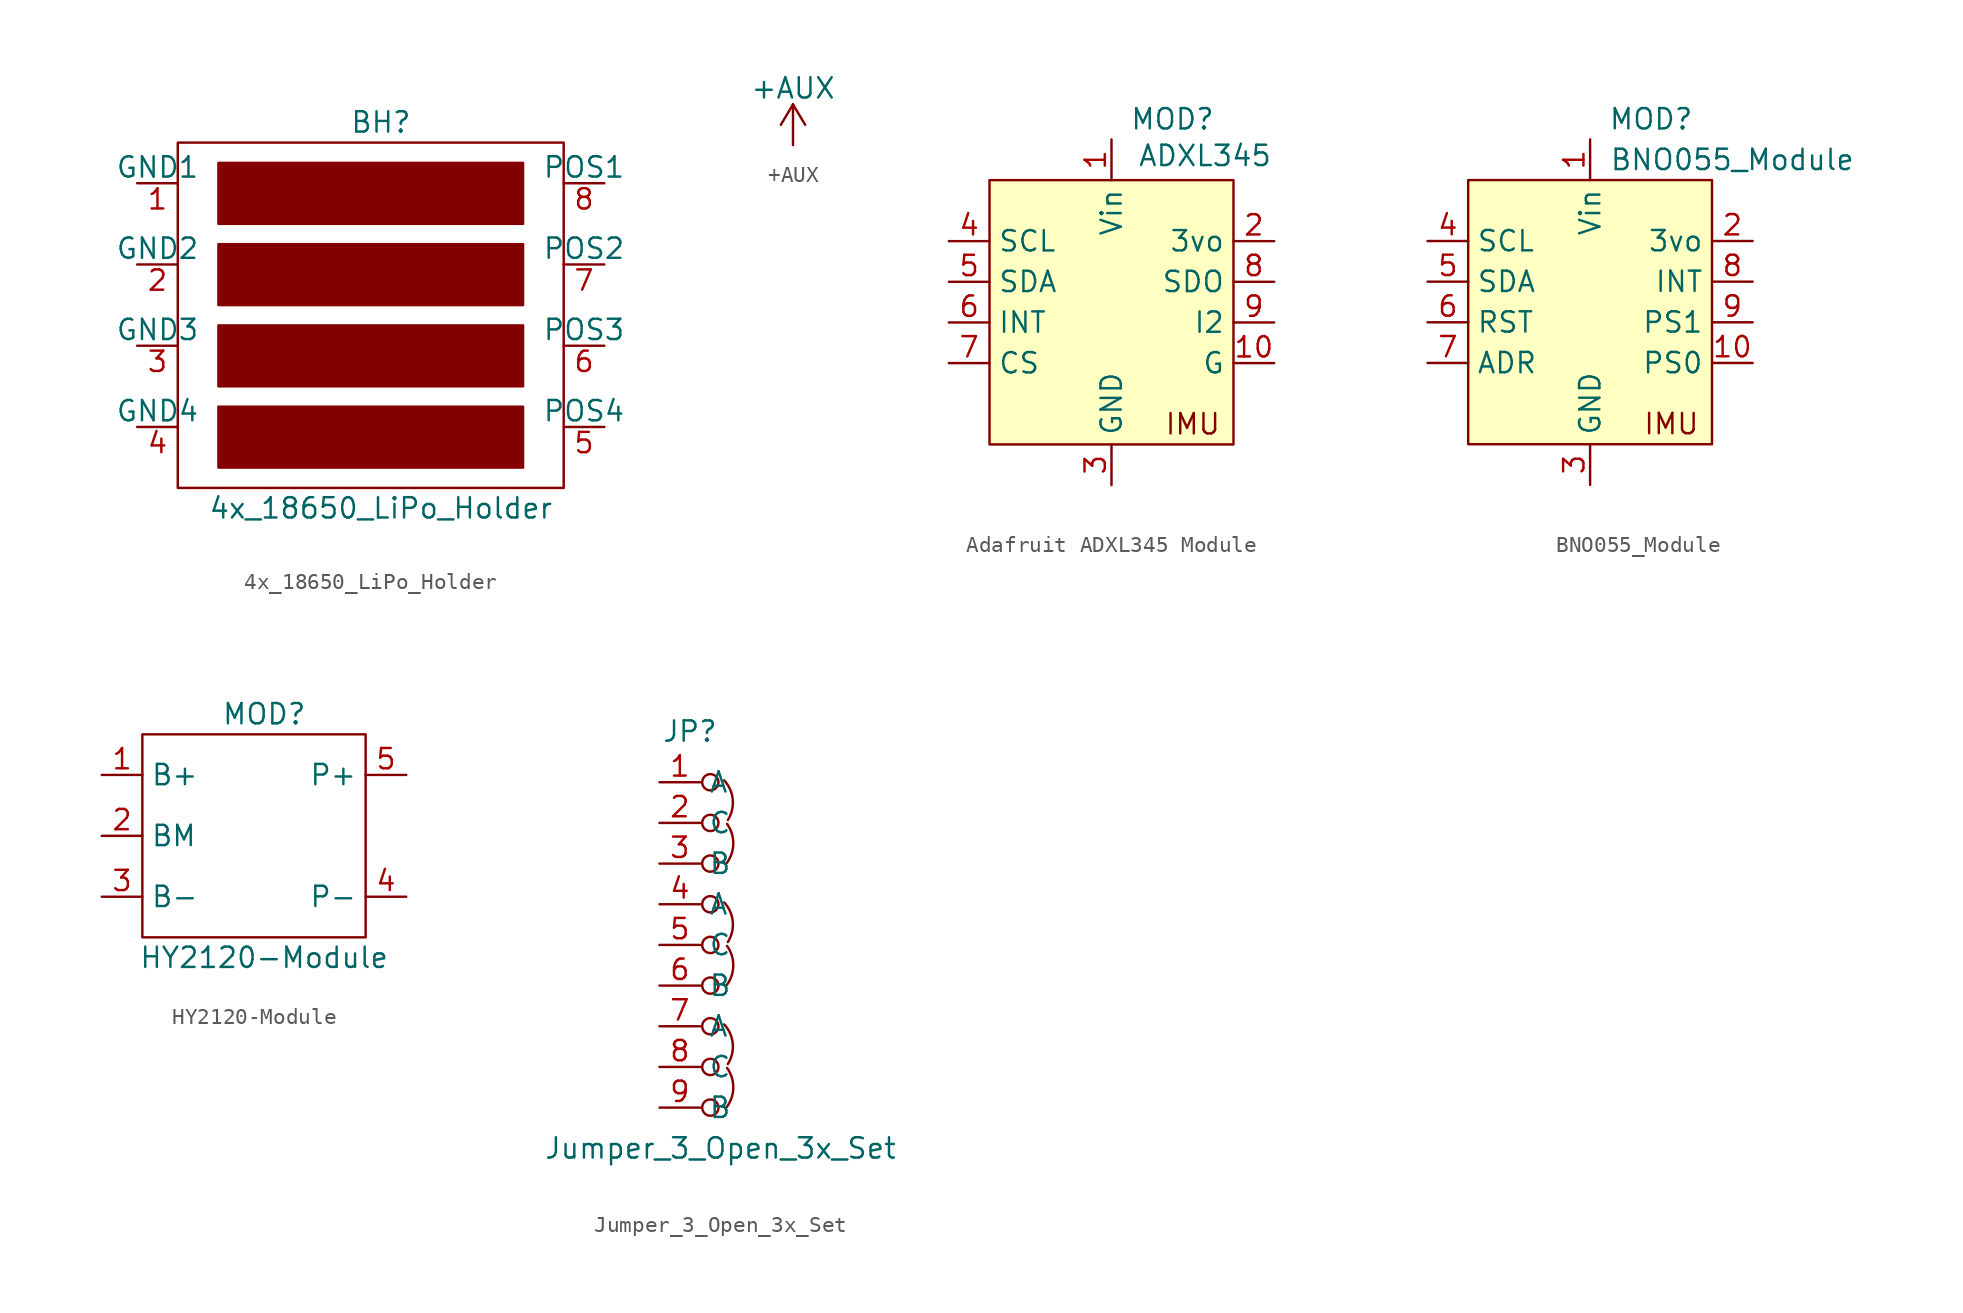
<source format=kicad_sym>
(kicad_symbol_lib
  (version 20231120)
  (generator "kicad_symbol_editor")
  (generator_version "8.0")
  (symbol "4x_18650_LiPo_Holder"
    (pin_names
      (offset 0))
    (property "Reference" "BH"
      (at 0 11.43 0)
      (effects (font (size 1.27 1.27))))
    (property "Value" "4x_18650_LiPo_Holder"
      (at 0 -12.7 0)
      (effects (font (size 1.27 1.27))))
    (symbol "4x_18650_LiPo_Holder_0_1"
      (rectangle (start -12.7 10.16) (end 11.43 -11.43) (stroke (width 0) (type default)) (fill (type none)))
      (rectangle (start -10.16 -6.35) (end 8.89 -10.16) (stroke (width 0) (type default)) (fill (type outline)))
      (rectangle (start -10.16 -1.27) (end 8.89 -5.08) (stroke (width 0) (type default)) (fill (type outline)))
      (rectangle (start -10.16 3.81) (end 8.89 0) (stroke (width 0) (type default)) (fill (type outline)))
      (rectangle (start -10.16 8.89) (end 8.89 5.08) (stroke (width 0) (type default)) (fill (type outline))))
    (symbol "4x_18650_LiPo_Holder_1_1"
      (pin power_out line (at -15.24 7.62 0) (length 2.54) (name "GND1" (effects (font (size 1.27 1.27)))) (number "1" (effects (font (size 1.27 1.27)))))
      (pin power_out line (at -15.24 2.54 0) (length 2.54) (name "GND2" (effects (font (size 1.27 1.27)))) (number "2" (effects (font (size 1.27 1.27)))))
      (pin power_out line (at -15.24 -2.54 0) (length 2.54) (name "GND3" (effects (font (size 1.27 1.27)))) (number "3" (effects (font (size 1.27 1.27)))))
      (pin power_out line (at -15.24 -7.62 0) (length 2.54) (name "GND4" (effects (font (size 1.27 1.27)))) (number "4" (effects (font (size 1.27 1.27)))))
      (pin power_out line (at 13.97 -7.62 180) (length 2.54) (name "POS4" (effects (font (size 1.27 1.27)))) (number "5" (effects (font (size 1.27 1.27)))))
      (pin power_out line (at 13.97 -2.54 180) (length 2.54) (name "POS3" (effects (font (size 1.27 1.27)))) (number "6" (effects (font (size 1.27 1.27)))))
      (pin power_out line (at 13.97 2.54 180) (length 2.54) (name "POS2" (effects (font (size 1.27 1.27)))) (number "7" (effects (font (size 1.27 1.27)))))
      (pin power_out line (at 13.97 7.62 180) (length 2.54) (name "POS1" (effects (font (size 1.27 1.27)))) (number "8" (effects (font (size 1.27 1.27)))))))
  (symbol "+AUX"
    (power)
    (pin_names
      (offset 0))
    (property "Reference" "#PWR"
      (at 0 -3.81 0)
      (effects (font (size 1.27 1.27)) (hide yes)))
    (property "Value" "+AUX"
      (at 0 3.556 0)
      (effects (font (size 1.27 1.27))))
    (symbol "+AUX_0_1"
      (polyline (pts (xy -0.762 1.27) (xy 0 2.54)) (stroke (width 0) (type default)) (fill (type none)))
      (polyline (pts (xy 0 0) (xy 0 2.54)) (stroke (width 0) (type default)) (fill (type none)))
      (polyline (pts (xy 0 2.54) (xy 0.762 1.27)) (stroke (width 0) (type default)) (fill (type none))))
    (symbol "+AUX_1_1"
      (pin power_in line (at 0 0 90) (length 0) hide (name "+AUX" (effects (font (size 1.27 1.27)))) (number "1" (effects (font (size 1.27 1.27)))))))
  (symbol "Adafruit ADXL345 Module"
    (property "Reference" "MOD"
      (at 5.08 15.24 0)
      (effects (font (size 1.27 1.27))))
    (property "Value" "ADXL345"
      (at 7.112 12.954 0)
      (effects (font (size 1.27 1.27))))
    (symbol "Adafruit ADXL345 Module_0_0"
      (text "IMU" (at 6.35 -3.81 0) (effects (font (size 1.27 1.27)))))
    (symbol "Adafruit ADXL345 Module_0_1"
      (rectangle (start -6.35 11.43) (end 8.89 -5.08) (stroke (width 0) (type default)) (fill (type background))))
    (symbol "Adafruit ADXL345 Module_1_1"
      (pin power_in line (at 1.27 13.97 270) (length 2.54) (name "Vin" (effects (font (size 1.27 1.27)))) (number "1" (effects (font (size 1.27 1.27)))))
      (pin free line (at 11.43 0 180) (length 2.54) (name "G" (effects (font (size 1.27 1.27)))) (number "10" (effects (font (size 1.27 1.27)))))
      (pin power_out line (at 11.43 7.62 180) (length 2.54) (name "3vo" (effects (font (size 1.27 1.27)))) (number "2" (effects (font (size 1.27 1.27)))))
      (pin power_in line (at 1.27 -7.62 90) (length 2.54) (name "GND" (effects (font (size 1.27 1.27)))) (number "3" (effects (font (size 1.27 1.27)))))
      (pin input line (at -8.89 7.62 0) (length 2.54) (name "SCL" (effects (font (size 1.27 1.27)))) (number "4" (effects (font (size 1.27 1.27)))))
      (pin bidirectional line (at -8.89 5.08 0) (length 2.54) (name "SDA" (effects (font (size 1.27 1.27)))) (number "5" (effects (font (size 1.27 1.27)))))
      (pin input line (at -8.89 2.54 0) (length 2.54) (name "INT" (effects (font (size 1.27 1.27)))) (number "6" (effects (font (size 1.27 1.27)))))
      (pin input line (at -8.89 0 0) (length 2.54) (name "CS" (effects (font (size 1.27 1.27)))) (number "7" (effects (font (size 1.27 1.27)))))
      (pin output line (at 11.43 5.08 180) (length 2.54) (name "SDO" (effects (font (size 1.27 1.27)))) (number "8" (effects (font (size 1.27 1.27)))))
      (pin free line (at 11.43 2.54 180) (length 2.54) (name "I2" (effects (font (size 1.27 1.27)))) (number "9" (effects (font (size 1.27 1.27)))))))
  (symbol "BNO055_Module"
    (property "Reference" "MOD"
      (at 5.08 15.24 0)
      (effects (font (size 1.27 1.27))))
    (property "Value" "BNO055_Module"
      (at 10.16 12.7 0)
      (effects (font (size 1.27 1.27))))
    (symbol "BNO055_Module_0_0"
      (text "IMU" (at 6.35 -3.81 0) (effects (font (size 1.27 1.27)))))
    (symbol "BNO055_Module_0_1"
      (rectangle (start -6.35 11.43) (end 8.89 -5.08) (stroke (width 0) (type default)) (fill (type background))))
    (symbol "BNO055_Module_1_1"
      (pin power_in line (at 1.27 13.97 270) (length 2.54) (name "Vin" (effects (font (size 1.27 1.27)))) (number "1" (effects (font (size 1.27 1.27)))))
      (pin free line (at 11.43 0 180) (length 2.54) (name "PS0" (effects (font (size 1.27 1.27)))) (number "10" (effects (font (size 1.27 1.27)))))
      (pin power_out line (at 11.43 7.62 180) (length 2.54) (name "3vo" (effects (font (size 1.27 1.27)))) (number "2" (effects (font (size 1.27 1.27)))))
      (pin power_in line (at 1.27 -7.62 90) (length 2.54) (name "GND" (effects (font (size 1.27 1.27)))) (number "3" (effects (font (size 1.27 1.27)))))
      (pin input line (at -8.89 7.62 0) (length 2.54) (name "SCL" (effects (font (size 1.27 1.27)))) (number "4" (effects (font (size 1.27 1.27)))))
      (pin bidirectional line (at -8.89 5.08 0) (length 2.54) (name "SDA" (effects (font (size 1.27 1.27)))) (number "5" (effects (font (size 1.27 1.27)))))
      (pin input line (at -8.89 2.54 0) (length 2.54) (name "RST" (effects (font (size 1.27 1.27)))) (number "6" (effects (font (size 1.27 1.27)))))
      (pin input line (at -8.89 0 0) (length 2.54) (name "ADR" (effects (font (size 1.27 1.27)))) (number "7" (effects (font (size 1.27 1.27)))))
      (pin output line (at 11.43 5.08 180) (length 2.54) (name "INT" (effects (font (size 1.27 1.27)))) (number "8" (effects (font (size 1.27 1.27)))))
      (pin free line (at 11.43 2.54 180) (length 2.54) (name "PS1" (effects (font (size 1.27 1.27)))) (number "9" (effects (font (size 1.27 1.27)))))))
  (symbol "HY2120-Module"
    (property "Reference" "MOD"
      (at 0 7.62 0)
      (effects (font (size 1.27 1.27))))
    (property "Value" "HY2120-Module"
      (at 0 -7.62 0)
      (effects (font (size 1.27 1.27))))
    (symbol "HY2120-Module_0_1"
      (rectangle (start -7.62 6.35) (end 6.35 -6.35) (stroke (width 0) (type default)) (fill (type none))))
    (symbol "HY2120-Module_1_1"
      (pin power_in line (at -10.16 3.81 0) (length 2.54) (name "B+" (effects (font (size 1.27 1.27)))) (number "1" (effects (font (size 1.27 1.27)))))
      (pin power_in line (at -10.16 0 0) (length 2.54) (name "BM" (effects (font (size 1.27 1.27)))) (number "2" (effects (font (size 1.27 1.27)))))
      (pin power_in line (at -10.16 -3.81 0) (length 2.54) (name "B-" (effects (font (size 1.27 1.27)))) (number "3" (effects (font (size 1.27 1.27)))))
      (pin power_out line (at 8.89 -3.81 180) (length 2.54) (name "P-" (effects (font (size 1.27 1.27)))) (number "4" (effects (font (size 1.27 1.27)))))
      (pin power_out line (at 8.89 3.81 180) (length 2.54) (name "P+" (effects (font (size 1.27 1.27)))) (number "5" (effects (font (size 1.27 1.27)))))))
  (symbol "Jumper_3_Open_3x_Set"
    (property "Reference" "JP"
      (at 1.905 3.175 0)
      (effects (font (size 1.27 1.27))))
    (property "Value" "Jumper_3_Open_3x_Set"
      (at 3.81 -22.86 0)
      (effects (font (size 1.27 1.27))))
    (symbol "Jumper_3_Open_3x_Set_0_0"
      (circle (center 3.175 -20.32) (radius 0.508) (stroke (width 0) (type default)) (fill (type none)))
      (circle (center 3.175 -17.78) (radius 0.508) (stroke (width 0) (type default)) (fill (type none)))
      (circle (center 3.175 -15.24) (radius 0.508) (stroke (width 0) (type default)) (fill (type none)))
      (circle (center 3.175 -12.7) (radius 0.508) (stroke (width 0) (type default)) (fill (type none)))
      (circle (center 3.175 -10.16) (radius 0.508) (stroke (width 0) (type default)) (fill (type none)))
      (circle (center 3.175 -7.62) (radius 0.508) (stroke (width 0) (type default)) (fill (type none)))
      (circle (center 3.175 -5.08) (radius 0.508) (stroke (width 0) (type default)) (fill (type none)))
      (circle (center 3.175 -2.54) (radius 0.508) (stroke (width 0) (type default)) (fill (type none)))
      (circle (center 3.175 0) (radius 0.508) (stroke (width 0) (type default)) (fill (type none))))
    (symbol "Jumper_3_Open_3x_Set_0_1"
      (arc (start 4.1396 -5.1217) (mid 4.6076 -3.8755) (end 4.2194 -2.6022) (stroke (width 0) (type default)) (fill (type none)))
      (arc (start 4.1399 -20.3617) (mid 4.6079 -19.1155) (end 4.2197 -17.8422) (stroke (width 0) (type default)) (fill (type none)))
      (arc (start 4.1399 -12.7417) (mid 4.6079 -11.4955) (end 4.2197 -10.2222) (stroke (width 0) (type default)) (fill (type none)))
      (arc (start 4.2672 -2.362) (mid 4.575 -1.0849) (end 4.0418 0.1158) (stroke (width 0) (type default)) (fill (type none)))
      (arc (start 4.2675 -17.602) (mid 4.5753 -16.3248) (end 4.0421 -15.1242) (stroke (width 0) (type default)) (fill (type none)))
      (arc (start 4.2675 -9.982) (mid 4.5753 -8.7048) (end 4.0421 -7.5042) (stroke (width 0) (type default)) (fill (type none))))
    (symbol "Jumper_3_Open_3x_Set_1_1"
      (pin passive line (at 0 0 0) (length 2.54) (name "A" (effects (font (size 1.27 1.27)))) (number "1" (effects (font (size 1.27 1.27)))))
      (pin output line (at 0 -2.54 0) (length 2.54) (name "C" (effects (font (size 1.27 1.27)))) (number "2" (effects (font (size 1.27 1.27)))))
      (pin passive line (at 0 -5.08 0) (length 2.54) (name "B" (effects (font (size 1.27 1.27)))) (number "3" (effects (font (size 1.27 1.27)))))
      (pin passive line (at 0 -7.62 0) (length 2.54) (name "A" (effects (font (size 1.27 1.27)))) (number "4" (effects (font (size 1.27 1.27)))))
      (pin output line (at 0 -10.16 0) (length 2.54) (name "C" (effects (font (size 1.27 1.27)))) (number "5" (effects (font (size 1.27 1.27)))))
      (pin passive line (at 0 -12.7 0) (length 2.54) (name "B" (effects (font (size 1.27 1.27)))) (number "6" (effects (font (size 1.27 1.27)))))
      (pin passive line (at 0 -15.24 0) (length 2.54) (name "A" (effects (font (size 1.27 1.27)))) (number "7" (effects (font (size 1.27 1.27)))))
      (pin output line (at 0 -17.78 0) (length 2.54) (name "C" (effects (font (size 1.27 1.27)))) (number "8" (effects (font (size 1.27 1.27)))))
      (pin passive line (at 0 -20.32 0) (length 2.54) (name "B" (effects (font (size 1.27 1.27)))) (number "9" (effects (font (size 1.27 1.27))))))))
</source>
